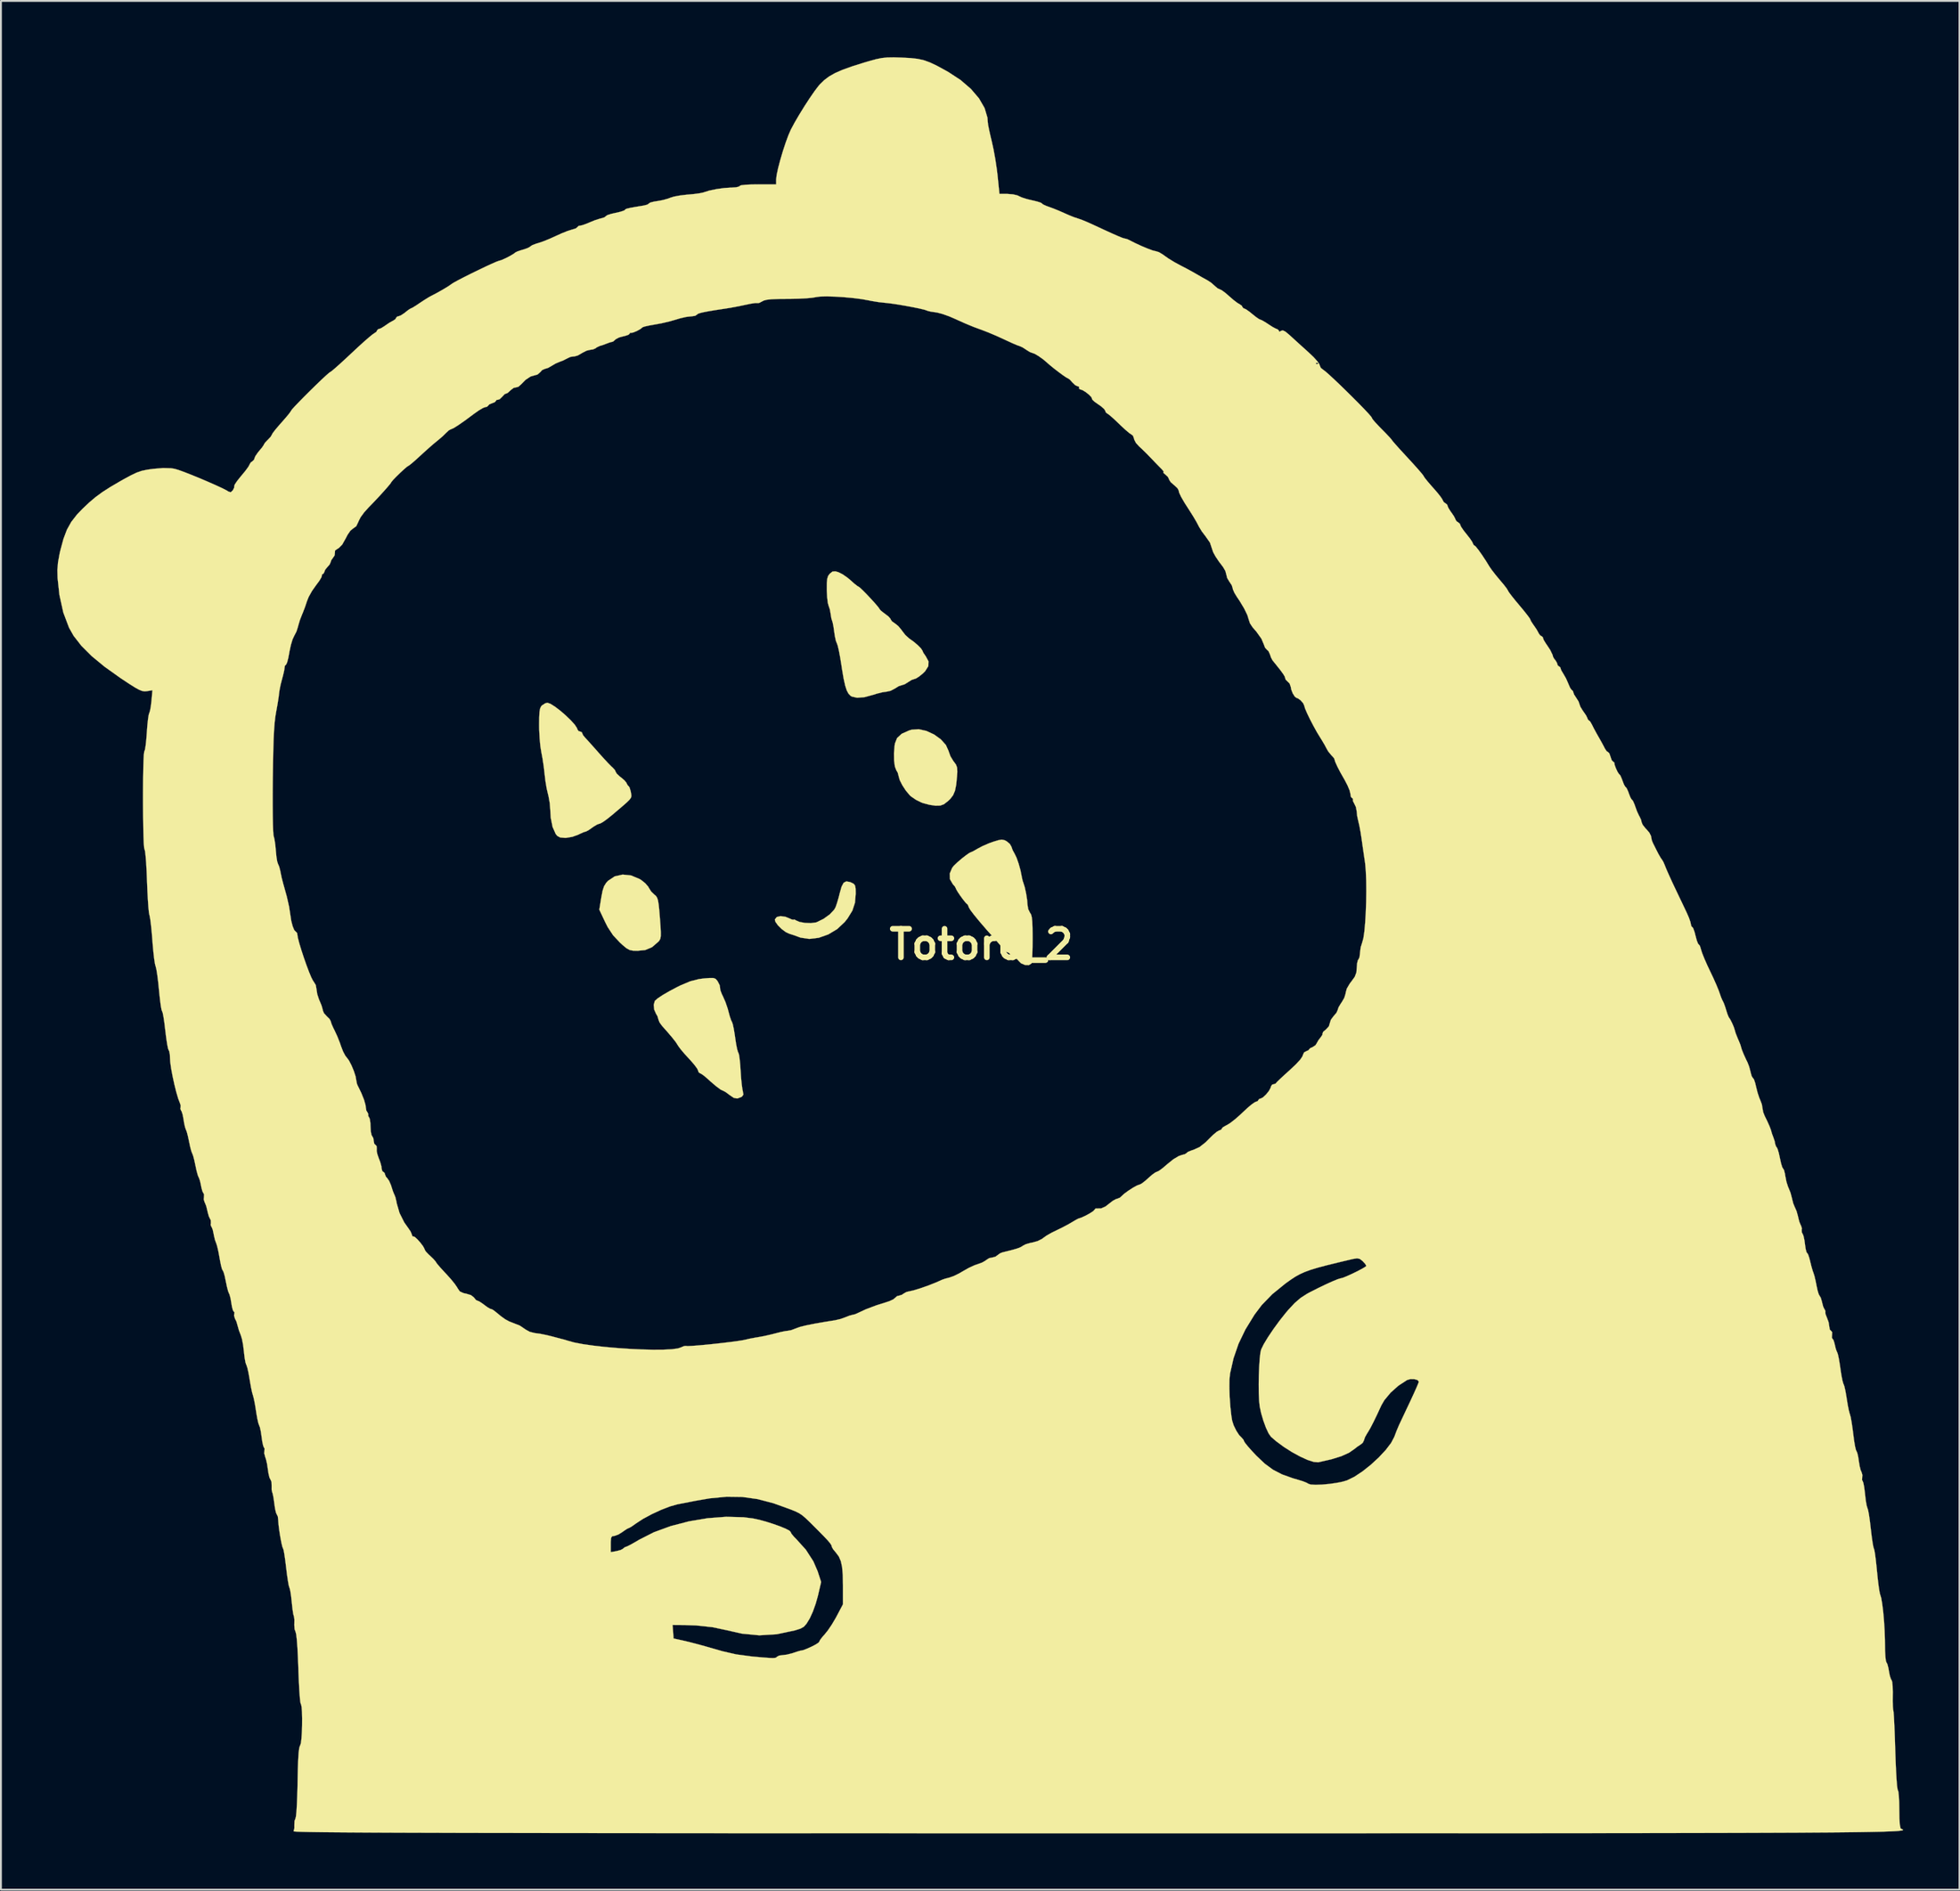
<source format=kicad_pcb>
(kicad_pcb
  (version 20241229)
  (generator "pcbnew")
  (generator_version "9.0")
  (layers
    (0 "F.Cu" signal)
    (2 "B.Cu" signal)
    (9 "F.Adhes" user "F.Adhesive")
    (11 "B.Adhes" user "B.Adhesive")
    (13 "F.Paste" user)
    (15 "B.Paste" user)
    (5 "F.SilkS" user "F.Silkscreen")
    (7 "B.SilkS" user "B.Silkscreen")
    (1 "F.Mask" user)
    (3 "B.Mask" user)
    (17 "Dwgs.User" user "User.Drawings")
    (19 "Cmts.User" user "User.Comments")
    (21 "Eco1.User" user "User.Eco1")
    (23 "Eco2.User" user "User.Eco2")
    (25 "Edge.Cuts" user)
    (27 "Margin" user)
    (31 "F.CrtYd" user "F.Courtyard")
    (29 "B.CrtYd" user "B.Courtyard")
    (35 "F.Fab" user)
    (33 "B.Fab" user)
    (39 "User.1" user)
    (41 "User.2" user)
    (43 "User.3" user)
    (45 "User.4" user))
  (footprint "Totoro_2"
    (layer "F.Cu")
    (at 49.182 47.24)
    (property "Reference" "Totoro_2" (at 0 0 0) (layer "F.SilkS") (effects (font (size 1.524 1.524) (thickness 0.3))))
    (attr through_hole)
    (fp_poly (pts (xy -18.643 -3.672) (xy -18.19 -3.483) (xy -18.103 -3.429) (xy -17.886 -3.254) (xy -17.73 -3.073) (xy -17.699 -3.014) (xy -17.576 -2.819) (xy -17.41 -2.658) (xy -17.321 -2.581) (xy -17.257 -2.485) (xy -17.211 -2.338) (xy -17.174 -2.109) (xy -17.14 -1.767) (xy -17.111 -1.41) (xy -17.078 -0.961) (xy -17.062 -0.648) (xy -17.064 -0.44) (xy -17.088 -0.306) (xy -17.135 -0.213) (xy -17.19 -0.147) (xy -17.528 0.145) (xy -17.893 0.298) (xy -18.294 0.338) (xy -18.54 0.332) (xy -18.721 0.295) (xy -18.888 0.203) (xy -19.094 0.032) (xy -19.244 -0.106) (xy -19.603 -0.491) (xy -19.889 -0.926) (xy -20.028 -1.201) (xy -20.334 -1.852) (xy -20.23 -2.494) (xy -20.161 -2.855) (xy -20.081 -3.1) (xy -19.968 -3.281) (xy -19.87 -3.387) (xy -19.514 -3.624) (xy -19.094 -3.719) (xy -18.643 -3.672)) (stroke (width 0.01) (type solid)) (fill yes) (layer "F.SilkS"))
    (fp_poly (pts (xy -2.925 -11.368) (xy -2.521 -11.181) (xy -2.162 -10.924) (xy -1.889 -10.62) (xy -1.743 -10.294) (xy -1.74 -10.279) (xy -1.647 -10.02) (xy -1.491 -9.763) (xy -1.471 -9.739) (xy -1.352 -9.577) (xy -1.293 -9.417) (xy -1.281 -9.197) (xy -1.296 -8.954) (xy -1.34 -8.505) (xy -1.405 -8.184) (xy -1.505 -7.946) (xy -1.656 -7.749) (xy -1.768 -7.642) (xy -1.991 -7.467) (xy -2.192 -7.393) (xy -2.441 -7.388) (xy -2.756 -7.434) (xy -3.098 -7.525) (xy -3.196 -7.561) (xy -3.484 -7.703) (xy -3.741 -7.879) (xy -3.81 -7.942) (xy -4.018 -8.19) (xy -4.206 -8.477) (xy -4.345 -8.75) (xy -4.402 -8.955) (xy -4.403 -8.963) (xy -4.452 -9.147) (xy -4.527 -9.276) (xy -4.603 -9.473) (xy -4.645 -9.789) (xy -4.651 -10.176) (xy -4.618 -10.585) (xy -4.601 -10.698) (xy -4.486 -10.99) (xy -4.241 -11.216) (xy -3.851 -11.391) (xy -3.707 -11.434) (xy -3.334 -11.46) (xy -2.925 -11.368)) (stroke (width 0.01) (type solid)) (fill yes) (layer "F.SilkS"))
    (fp_poly (pts (xy -6.994 -3.322) (xy -6.943 -3.302) (xy -6.801 -3.232) (xy -6.725 -3.139) (xy -6.694 -2.975) (xy -6.689 -2.696) (xy -6.729 -2.219) (xy -6.865 -1.803) (xy -7.119 -1.39) (xy -7.274 -1.194) (xy -7.674 -0.818) (xy -8.147 -0.534) (xy -8.656 -0.355) (xy -9.162 -0.294) (xy -9.625 -0.364) (xy -9.694 -0.389) (xy -9.952 -0.484) (xy -10.17 -0.554) (xy -10.21 -0.565) (xy -10.411 -0.658) (xy -10.632 -0.824) (xy -10.831 -1.022) (xy -10.963 -1.209) (xy -10.992 -1.327) (xy -10.892 -1.458) (xy -10.688 -1.508) (xy -10.427 -1.471) (xy -10.25 -1.4) (xy -10.079 -1.325) (xy -9.993 -1.314) (xy -9.991 -1.321) (xy -9.939 -1.325) (xy -9.885 -1.288) (xy -9.687 -1.2) (xy -9.395 -1.146) (xy -9.077 -1.134) (xy -8.808 -1.169) (xy -8.763 -1.184) (xy -8.399 -1.362) (xy -8.074 -1.596) (xy -7.836 -1.847) (xy -7.758 -1.984) (xy -7.679 -2.214) (xy -7.589 -2.526) (xy -7.538 -2.732) (xy -7.438 -3.082) (xy -7.329 -3.284) (xy -7.188 -3.357) (xy -6.994 -3.322)) (stroke (width 0.01) (type solid)) (fill yes) (layer "F.SilkS"))
    (fp_poly (pts (xy 1.222 -5.555) (xy 1.337 -5.498) (xy 1.511 -5.356) (xy 1.597 -5.208) (xy 1.666 -5.016) (xy 1.766 -4.835) (xy 1.872 -4.617) (xy 1.984 -4.297) (xy 2.083 -3.941) (xy 2.148 -3.614) (xy 2.15 -3.598) (xy 2.196 -3.389) (xy 2.227 -3.302) (xy 2.306 -3.054) (xy 2.38 -2.716) (xy 2.434 -2.371) (xy 2.453 -2.123) (xy 2.493 -1.878) (xy 2.587 -1.688) (xy 2.59 -1.685) (xy 2.645 -1.595) (xy 2.683 -1.449) (xy 2.708 -1.221) (xy 2.721 -0.882) (xy 2.725 -0.406) (xy 2.725 -0.307) (xy 2.722 0.137) (xy 2.712 0.522) (xy 2.697 0.816) (xy 2.678 0.986) (xy 2.67 1.011) (xy 2.529 1.1) (xy 2.322 1.094) (xy 2.115 1.005) (xy 1.997 0.889) (xy 1.858 0.737) (xy 1.731 0.677) (xy 1.592 0.609) (xy 1.555 0.55) (xy 1.45 0.438) (xy 1.392 0.423) (xy 1.254 0.358) (xy 1.211 0.304) (xy 1.124 0.187) (xy 0.956 -0.016) (xy 0.74 -0.263) (xy 0.698 -0.31) (xy 0.254 -0.811) (xy -0.115 -1.241) (xy -0.399 -1.588) (xy -0.589 -1.84) (xy -0.674 -1.985) (xy -0.677 -2.003) (xy -0.723 -2.118) (xy -0.742 -2.131) (xy -0.83 -2.214) (xy -0.97 -2.388) (xy -1.127 -2.602) (xy -1.264 -2.806) (xy -1.346 -2.95) (xy -1.355 -2.98) (xy -1.409 -3.084) (xy -1.524 -3.217) (xy -1.673 -3.475) (xy -1.682 -3.777) (xy -1.554 -4.08) (xy -1.457 -4.2) (xy -1.265 -4.382) (xy -1.037 -4.577) (xy -0.812 -4.752) (xy -0.635 -4.874) (xy -0.554 -4.911) (xy -0.458 -4.951) (xy -0.275 -5.054) (xy -0.189 -5.105) (xy 0.075 -5.243) (xy 0.409 -5.387) (xy 0.618 -5.463) (xy 0.901 -5.55) (xy 1.083 -5.58) (xy 1.222 -5.555)) (stroke (width 0.01) (type solid)) (fill yes) (layer "F.SilkS"))
    (fp_poly (pts (xy -14.265 1.789) (xy -14.151 1.83) (xy -14.066 1.921) (xy -14.024 1.984) (xy -13.929 2.172) (xy -13.908 2.31) (xy -13.908 2.312) (xy -13.891 2.442) (xy -13.81 2.654) (xy -13.754 2.767) (xy -13.621 3.069) (xy -13.5 3.424) (xy -13.461 3.571) (xy -13.388 3.841) (xy -13.316 4.048) (xy -13.279 4.118) (xy -13.234 4.241) (xy -13.18 4.488) (xy -13.126 4.815) (xy -13.105 4.965) (xy -13.054 5.304) (xy -13 5.575) (xy -12.952 5.738) (xy -12.935 5.764) (xy -12.902 5.864) (xy -12.867 6.095) (xy -12.835 6.421) (xy -12.817 6.695) (xy -12.791 7.091) (xy -12.756 7.445) (xy -12.72 7.71) (xy -12.698 7.81) (xy -12.667 7.995) (xy -12.741 8.102) (xy -12.784 8.127) (xy -12.99 8.203) (xy -13.178 8.169) (xy -13.408 8.013) (xy -13.42 8.004) (xy -13.6 7.869) (xy -13.729 7.796) (xy -13.745 7.792) (xy -13.875 7.731) (xy -14.102 7.563) (xy -14.405 7.306) (xy -14.58 7.147) (xy -14.777 6.98) (xy -14.932 6.876) (xy -14.982 6.858) (xy -15.06 6.789) (xy -15.071 6.729) (xy -15.126 6.611) (xy -15.274 6.411) (xy -15.485 6.166) (xy -15.557 6.089) (xy -15.798 5.825) (xy -16.001 5.585) (xy -16.13 5.411) (xy -16.146 5.384) (xy -16.261 5.205) (xy -16.461 4.95) (xy -16.758 4.603) (xy -16.997 4.335) (xy -17.13 4.15) (xy -17.19 3.993) (xy -17.19 3.988) (xy -17.241 3.816) (xy -17.317 3.688) (xy -17.413 3.469) (xy -17.437 3.214) (xy -17.381 3.011) (xy -17.377 3.005) (xy -17.234 2.877) (xy -16.966 2.698) (xy -16.603 2.487) (xy -16.175 2.261) (xy -16.002 2.176) (xy -15.497 1.964) (xy -15.028 1.845) (xy -14.77 1.812) (xy -14.456 1.787) (xy -14.265 1.789)) (stroke (width 0.01) (type solid)) (fill yes) (layer "F.SilkS"))
    (fp_poly (pts (xy -22.935 -12.812) (xy -22.695 -12.661) (xy -22.413 -12.446) (xy -22.122 -12.194) (xy -21.854 -11.936) (xy -21.643 -11.702) (xy -21.522 -11.519) (xy -21.505 -11.457) (xy -21.437 -11.358) (xy -21.378 -11.345) (xy -21.266 -11.3) (xy -21.251 -11.261) (xy -21.198 -11.14) (xy -21.103 -11.024) (xy -20.986 -10.897) (xy -20.789 -10.678) (xy -20.542 -10.402) (xy -20.363 -10.198) (xy -20.102 -9.907) (xy -19.868 -9.656) (xy -19.693 -9.478) (xy -19.622 -9.414) (xy -19.501 -9.283) (xy -19.471 -9.203) (xy -19.406 -9.094) (xy -19.247 -8.944) (xy -19.177 -8.89) (xy -18.996 -8.737) (xy -18.892 -8.609) (xy -18.883 -8.58) (xy -18.819 -8.464) (xy -18.794 -8.452) (xy -18.726 -8.357) (xy -18.666 -8.16) (xy -18.656 -8.107) (xy -18.635 -7.988) (xy -18.629 -7.895) (xy -18.654 -7.808) (xy -18.729 -7.705) (xy -18.871 -7.564) (xy -19.096 -7.366) (xy -19.422 -7.089) (xy -19.642 -6.902) (xy -19.907 -6.688) (xy -20.133 -6.526) (xy -20.284 -6.441) (xy -20.311 -6.435) (xy -20.451 -6.386) (xy -20.65 -6.266) (xy -20.709 -6.223) (xy -20.899 -6.09) (xy -21.036 -6.016) (xy -21.058 -6.011) (xy -21.173 -5.976) (xy -21.374 -5.886) (xy -21.463 -5.842) (xy -21.769 -5.731) (xy -22.1 -5.675) (xy -22.156 -5.673) (xy -22.414 -5.695) (xy -22.573 -5.78) (xy -22.655 -5.882) (xy -22.821 -6.256) (xy -22.919 -6.75) (xy -22.943 -7.16) (xy -22.971 -7.519) (xy -23.038 -7.897) (xy -23.066 -8.007) (xy -23.137 -8.311) (xy -23.201 -8.698) (xy -23.244 -9.059) (xy -23.291 -9.471) (xy -23.357 -9.908) (xy -23.418 -10.229) (xy -23.47 -10.55) (xy -23.51 -10.973) (xy -23.534 -11.43) (xy -23.537 -11.676) (xy -23.533 -12.094) (xy -23.518 -12.377) (xy -23.487 -12.558) (xy -23.434 -12.672) (xy -23.383 -12.729) (xy -23.212 -12.839) (xy -23.099 -12.869) (xy -22.935 -12.812)) (stroke (width 0.01) (type solid)) (fill yes) (layer "F.SilkS"))
    (fp_poly (pts (xy -7.608 -19.821) (xy -7.384 -19.708) (xy -7.118 -19.522) (xy -6.96 -19.388) (xy -6.755 -19.206) (xy -6.599 -19.084) (xy -6.537 -19.05) (xy -6.457 -18.992) (xy -6.297 -18.84) (xy -6.09 -18.629) (xy -5.867 -18.392) (xy -5.66 -18.163) (xy -5.501 -17.977) (xy -5.422 -17.867) (xy -5.419 -17.856) (xy -5.355 -17.779) (xy -5.196 -17.652) (xy -5.123 -17.6) (xy -4.939 -17.456) (xy -4.835 -17.335) (xy -4.827 -17.307) (xy -4.759 -17.205) (xy -4.611 -17.101) (xy -4.423 -16.951) (xy -4.242 -16.734) (xy -4.221 -16.701) (xy -4.044 -16.473) (xy -3.844 -16.292) (xy -3.822 -16.277) (xy -3.602 -16.12) (xy -3.386 -15.936) (xy -3.216 -15.764) (xy -3.137 -15.644) (xy -3.135 -15.634) (xy -3.085 -15.524) (xy -2.969 -15.355) (xy -2.963 -15.348) (xy -2.816 -15.076) (xy -2.825 -14.817) (xy -2.993 -14.55) (xy -3.111 -14.432) (xy -3.319 -14.263) (xy -3.493 -14.156) (xy -3.556 -14.138) (xy -3.709 -14.087) (xy -3.895 -13.97) (xy -4.086 -13.851) (xy -4.243 -13.803) (xy -4.403 -13.751) (xy -4.595 -13.631) (xy -4.827 -13.508) (xy -5.051 -13.459) (xy -5.266 -13.429) (xy -5.559 -13.356) (xy -5.757 -13.293) (xy -6.221 -13.167) (xy -6.611 -13.136) (xy -6.899 -13.201) (xy -6.961 -13.239) (xy -7.072 -13.354) (xy -7.166 -13.53) (xy -7.25 -13.791) (xy -7.332 -14.163) (xy -7.418 -14.67) (xy -7.45 -14.884) (xy -7.516 -15.292) (xy -7.583 -15.642) (xy -7.642 -15.898) (xy -7.686 -16.025) (xy -7.687 -16.027) (xy -7.741 -16.162) (xy -7.795 -16.406) (xy -7.83 -16.637) (xy -7.87 -16.921) (xy -7.913 -17.139) (xy -7.941 -17.227) (xy -7.983 -17.361) (xy -8.019 -17.579) (xy -8.021 -17.599) (xy -8.066 -17.847) (xy -8.132 -18.042) (xy -8.134 -18.045) (xy -8.174 -18.2) (xy -8.206 -18.472) (xy -8.224 -18.808) (xy -8.226 -18.887) (xy -8.224 -19.245) (xy -8.202 -19.478) (xy -8.152 -19.63) (xy -8.066 -19.743) (xy -8.064 -19.745) (xy -7.923 -19.855) (xy -7.772 -19.867) (xy -7.608 -19.821)) (stroke (width 0.01) (type solid)) (fill yes) (layer "F.SilkS"))
    (fp_poly (pts (xy -4.233 -47.222) (xy -3.77 -47.198) (xy -3.395 -47.156) (xy -3.065 -47.083) (xy -2.737 -46.965) (xy -2.365 -46.788) (xy -1.907 -46.539) (xy -1.754 -46.452) (xy -1.104 -46.027) (xy -0.557 -45.555) (xy -0.128 -45.052) (xy 0.17 -44.537) (xy 0.322 -44.028) (xy 0.339 -43.802) (xy 0.359 -43.639) (xy 0.414 -43.358) (xy 0.493 -43.006) (xy 0.547 -42.787) (xy 0.645 -42.342) (xy 0.742 -41.809) (xy 0.823 -41.268) (xy 0.859 -40.965) (xy 0.962 -39.963) (xy 1.393 -39.963) (xy 1.679 -39.941) (xy 1.916 -39.886) (xy 1.992 -39.849) (xy 2.162 -39.772) (xy 2.434 -39.687) (xy 2.688 -39.626) (xy 2.96 -39.561) (xy 3.151 -39.501) (xy 3.217 -39.46) (xy 3.289 -39.4) (xy 3.469 -39.32) (xy 3.535 -39.296) (xy 3.829 -39.189) (xy 4.112 -39.074) (xy 4.128 -39.068) (xy 4.413 -38.942) (xy 4.678 -38.825) (xy 4.933 -38.723) (xy 5.163 -38.647) (xy 5.165 -38.647) (xy 5.352 -38.581) (xy 5.627 -38.468) (xy 5.884 -38.353) (xy 6.48 -38.076) (xy 6.936 -37.867) (xy 7.266 -37.722) (xy 7.484 -37.632) (xy 7.602 -37.594) (xy 7.621 -37.592) (xy 7.763 -37.555) (xy 7.854 -37.513) (xy 8.178 -37.349) (xy 8.525 -37.189) (xy 8.852 -37.052) (xy 9.116 -36.954) (xy 9.275 -36.915) (xy 9.28 -36.915) (xy 9.445 -36.864) (xy 9.661 -36.736) (xy 9.739 -36.678) (xy 9.97 -36.516) (xy 10.283 -36.326) (xy 10.583 -36.163) (xy 10.918 -35.989) (xy 11.245 -35.811) (xy 11.472 -35.681) (xy 11.73 -35.531) (xy 11.965 -35.401) (xy 12.023 -35.371) (xy 12.243 -35.225) (xy 12.413 -35.073) (xy 12.57 -34.938) (xy 12.692 -34.883) (xy 12.802 -34.829) (xy 12.991 -34.689) (xy 13.19 -34.515) (xy 13.423 -34.314) (xy 13.625 -34.16) (xy 13.737 -34.095) (xy 13.862 -34.009) (xy 13.885 -33.954) (xy 13.951 -33.871) (xy 13.978 -33.867) (xy 14.09 -33.815) (xy 14.277 -33.683) (xy 14.416 -33.57) (xy 14.623 -33.404) (xy 14.782 -33.297) (xy 14.838 -33.274) (xy 14.945 -33.229) (xy 15.139 -33.115) (xy 15.282 -33.02) (xy 15.507 -32.876) (xy 15.682 -32.784) (xy 15.742 -32.766) (xy 15.828 -32.7) (xy 15.833 -32.671) (xy 15.866 -32.619) (xy 15.946 -32.67) (xy 16.043 -32.698) (xy 16.183 -32.63) (xy 16.398 -32.451) (xy 16.433 -32.419) (xy 16.672 -32.2) (xy 16.981 -31.919) (xy 17.307 -31.625) (xy 17.411 -31.531) (xy 17.678 -31.277) (xy 17.88 -31.054) (xy 17.991 -30.893) (xy 18.004 -30.845) (xy 18.063 -30.704) (xy 18.196 -30.597) (xy 18.311 -30.511) (xy 18.514 -30.333) (xy 18.783 -30.084) (xy 19.097 -29.785) (xy 19.435 -29.456) (xy 19.776 -29.118) (xy 20.099 -28.794) (xy 20.382 -28.502) (xy 20.604 -28.265) (xy 20.745 -28.103) (xy 20.784 -28.037) (xy 20.823 -27.965) (xy 20.959 -27.804) (xy 21.167 -27.581) (xy 21.295 -27.451) (xy 21.536 -27.206) (xy 21.723 -27.008) (xy 21.829 -26.886) (xy 21.844 -26.862) (xy 21.899 -26.79) (xy 22.049 -26.616) (xy 22.274 -26.365) (xy 22.555 -26.059) (xy 22.691 -25.912) (xy 22.989 -25.587) (xy 23.242 -25.304) (xy 23.428 -25.088) (xy 23.527 -24.961) (xy 23.537 -24.939) (xy 23.591 -24.853) (xy 23.733 -24.674) (xy 23.938 -24.434) (xy 24.045 -24.314) (xy 24.272 -24.053) (xy 24.446 -23.832) (xy 24.542 -23.686) (xy 24.553 -23.653) (xy 24.621 -23.541) (xy 24.68 -23.507) (xy 24.793 -23.414) (xy 24.807 -23.365) (xy 24.855 -23.244) (xy 24.974 -23.055) (xy 25.019 -22.995) (xy 25.152 -22.8) (xy 25.226 -22.654) (xy 25.231 -22.628) (xy 25.298 -22.524) (xy 25.358 -22.491) (xy 25.47 -22.396) (xy 25.485 -22.345) (xy 25.536 -22.233) (xy 25.668 -22.04) (xy 25.823 -21.844) (xy 26.001 -21.617) (xy 26.124 -21.434) (xy 26.162 -21.345) (xy 26.211 -21.256) (xy 26.232 -21.251) (xy 26.314 -21.184) (xy 26.46 -21.001) (xy 26.65 -20.732) (xy 26.863 -20.409) (xy 27.035 -20.128) (xy 27.169 -19.934) (xy 27.373 -19.671) (xy 27.603 -19.395) (xy 27.607 -19.39) (xy 27.808 -19.151) (xy 27.956 -18.958) (xy 28.023 -18.849) (xy 28.025 -18.842) (xy 28.076 -18.754) (xy 28.216 -18.567) (xy 28.422 -18.31) (xy 28.617 -18.076) (xy 28.859 -17.786) (xy 29.053 -17.542) (xy 29.177 -17.373) (xy 29.21 -17.312) (xy 29.257 -17.207) (xy 29.372 -17.031) (xy 29.407 -16.984) (xy 29.551 -16.772) (xy 29.65 -16.594) (xy 29.658 -16.573) (xy 29.745 -16.449) (xy 29.8 -16.425) (xy 29.883 -16.359) (xy 29.887 -16.327) (xy 29.935 -16.201) (xy 30.052 -16.012) (xy 30.084 -15.968) (xy 30.274 -15.68) (xy 30.399 -15.422) (xy 30.43 -15.308) (xy 30.49 -15.203) (xy 30.544 -15.143) (xy 30.636 -14.992) (xy 30.649 -14.927) (xy 30.701 -14.825) (xy 30.734 -14.817) (xy 30.815 -14.751) (xy 30.819 -14.724) (xy 30.864 -14.595) (xy 30.973 -14.412) (xy 30.977 -14.406) (xy 31.114 -14.169) (xy 31.237 -13.892) (xy 31.248 -13.864) (xy 31.334 -13.664) (xy 31.412 -13.554) (xy 31.428 -13.547) (xy 31.493 -13.479) (xy 31.498 -13.441) (xy 31.548 -13.304) (xy 31.665 -13.123) (xy 31.783 -12.938) (xy 31.833 -12.793) (xy 31.882 -12.654) (xy 32.004 -12.455) (xy 32.046 -12.396) (xy 32.18 -12.201) (xy 32.253 -12.054) (xy 32.258 -12.028) (xy 32.306 -11.941) (xy 32.324 -11.938) (xy 32.402 -11.869) (xy 32.496 -11.705) (xy 32.599 -11.499) (xy 32.748 -11.224) (xy 32.848 -11.049) (xy 33.001 -10.779) (xy 33.129 -10.541) (xy 33.182 -10.435) (xy 33.278 -10.29) (xy 33.35 -10.245) (xy 33.422 -10.172) (xy 33.485 -9.996) (xy 33.486 -9.991) (xy 33.547 -9.813) (xy 33.618 -9.737) (xy 33.619 -9.737) (xy 33.687 -9.686) (xy 33.686 -9.673) (xy 33.708 -9.552) (xy 33.776 -9.367) (xy 33.863 -9.185) (xy 33.937 -9.071) (xy 33.956 -9.059) (xy 34.013 -8.987) (xy 34.091 -8.806) (xy 34.121 -8.721) (xy 34.202 -8.512) (xy 34.272 -8.393) (xy 34.29 -8.382) (xy 34.349 -8.31) (xy 34.43 -8.128) (xy 34.459 -8.043) (xy 34.54 -7.835) (xy 34.611 -7.715) (xy 34.629 -7.705) (xy 34.686 -7.632) (xy 34.765 -7.448) (xy 34.801 -7.345) (xy 34.897 -7.081) (xy 34.999 -6.863) (xy 35.026 -6.818) (xy 35.115 -6.629) (xy 35.137 -6.516) (xy 35.194 -6.376) (xy 35.337 -6.192) (xy 35.391 -6.138) (xy 35.552 -5.949) (xy 35.639 -5.777) (xy 35.645 -5.74) (xy 35.683 -5.544) (xy 35.743 -5.396) (xy 35.85 -5.184) (xy 35.912 -5.059) (xy 36.039 -4.811) (xy 36.16 -4.602) (xy 36.241 -4.488) (xy 36.242 -4.487) (xy 36.3 -4.387) (xy 36.383 -4.193) (xy 36.4 -4.149) (xy 36.482 -3.949) (xy 36.618 -3.643) (xy 36.785 -3.279) (xy 36.914 -3.006) (xy 37.107 -2.601) (xy 37.3 -2.197) (xy 37.464 -1.852) (xy 37.54 -1.692) (xy 37.659 -1.418) (xy 37.739 -1.189) (xy 37.761 -1.078) (xy 37.795 -0.953) (xy 37.833 -0.931) (xy 37.888 -0.856) (xy 37.958 -0.661) (xy 38.008 -0.466) (xy 38.076 -0.213) (xy 38.142 -0.043) (xy 38.18 0) (xy 38.241 0.073) (xy 38.298 0.253) (xy 38.303 0.275) (xy 38.363 0.464) (xy 38.481 0.759) (xy 38.638 1.116) (xy 38.771 1.397) (xy 38.953 1.78) (xy 39.115 2.144) (xy 39.237 2.44) (xy 39.288 2.582) (xy 39.369 2.815) (xy 39.441 2.98) (xy 39.457 3.006) (xy 39.518 3.133) (xy 39.598 3.358) (xy 39.632 3.471) (xy 39.707 3.706) (xy 39.771 3.864) (xy 39.791 3.895) (xy 39.862 4.002) (xy 39.958 4.194) (xy 40.045 4.396) (xy 40.088 4.53) (xy 40.144 4.724) (xy 40.269 5.036) (xy 40.326 5.165) (xy 40.401 5.352) (xy 40.432 5.461) (xy 40.477 5.612) (xy 40.576 5.856) (xy 40.703 6.134) (xy 40.769 6.265) (xy 40.86 6.496) (xy 40.934 6.773) (xy 40.938 6.795) (xy 40.992 6.998) (xy 41.053 7.106) (xy 41.067 7.112) (xy 41.12 7.188) (xy 41.186 7.383) (xy 41.233 7.581) (xy 41.31 7.89) (xy 41.401 8.165) (xy 41.45 8.279) (xy 41.539 8.515) (xy 41.571 8.708) (xy 41.611 8.932) (xy 41.689 9.131) (xy 41.831 9.419) (xy 41.952 9.692) (xy 42.028 9.894) (xy 42.041 9.948) (xy 42.08 10.082) (xy 42.151 10.271) (xy 42.222 10.481) (xy 42.249 10.626) (xy 42.296 10.764) (xy 42.324 10.789) (xy 42.376 10.89) (xy 42.442 11.11) (xy 42.502 11.387) (xy 42.564 11.666) (xy 42.625 11.864) (xy 42.671 11.938) (xy 42.718 12.014) (xy 42.767 12.206) (xy 42.789 12.34) (xy 42.848 12.639) (xy 42.934 12.908) (xy 42.966 12.979) (xy 43.067 13.231) (xy 43.142 13.517) (xy 43.144 13.529) (xy 43.209 13.787) (xy 43.295 13.997) (xy 43.304 14.012) (xy 43.388 14.207) (xy 43.461 14.469) (xy 43.471 14.52) (xy 43.532 14.763) (xy 43.604 14.939) (xy 43.62 14.964) (xy 43.673 15.123) (xy 43.662 15.186) (xy 43.669 15.341) (xy 43.699 15.387) (xy 43.753 15.512) (xy 43.805 15.747) (xy 43.832 15.948) (xy 43.869 16.206) (xy 43.913 16.38) (xy 43.945 16.425) (xy 43.998 16.5) (xy 44.064 16.694) (xy 44.109 16.87) (xy 44.18 17.157) (xy 44.251 17.397) (xy 44.284 17.484) (xy 44.339 17.658) (xy 44.403 17.931) (xy 44.447 18.156) (xy 44.506 18.431) (xy 44.568 18.633) (xy 44.612 18.707) (xy 44.676 18.814) (xy 44.737 19.02) (xy 44.748 19.072) (xy 44.805 19.29) (xy 44.871 19.426) (xy 44.884 19.438) (xy 44.926 19.534) (xy 44.917 19.555) (xy 44.923 19.671) (xy 44.995 19.857) (xy 45 19.867) (xy 45.093 20.118) (xy 45.127 20.341) (xy 45.157 20.51) (xy 45.222 20.574) (xy 45.281 20.645) (xy 45.276 20.786) (xy 45.267 20.943) (xy 45.299 20.997) (xy 45.354 21.072) (xy 45.41 21.256) (xy 45.422 21.315) (xy 45.478 21.544) (xy 45.538 21.702) (xy 45.549 21.717) (xy 45.589 21.834) (xy 45.641 22.077) (xy 45.694 22.401) (xy 45.716 22.562) (xy 45.768 22.909) (xy 45.822 23.194) (xy 45.87 23.374) (xy 45.887 23.409) (xy 45.931 23.529) (xy 45.986 23.77) (xy 46.041 24.086) (xy 46.054 24.172) (xy 46.109 24.514) (xy 46.167 24.807) (xy 46.218 24.998) (xy 46.226 25.019) (xy 46.268 25.172) (xy 46.318 25.449) (xy 46.37 25.805) (xy 46.402 26.057) (xy 46.449 26.422) (xy 46.499 26.721) (xy 46.545 26.915) (xy 46.57 26.969) (xy 46.617 27.07) (xy 46.667 27.287) (xy 46.698 27.497) (xy 46.744 27.781) (xy 46.801 28.002) (xy 46.841 28.088) (xy 46.891 28.251) (xy 46.881 28.363) (xy 46.873 28.518) (xy 46.903 28.574) (xy 46.942 28.672) (xy 46.985 28.895) (xy 47.024 29.199) (xy 47.031 29.272) (xy 47.068 29.596) (xy 47.112 29.855) (xy 47.153 30.003) (xy 47.16 30.014) (xy 47.195 30.128) (xy 47.241 30.373) (xy 47.29 30.715) (xy 47.337 31.115) (xy 47.384 31.511) (xy 47.431 31.843) (xy 47.472 32.075) (xy 47.503 32.173) (xy 47.503 32.173) (xy 47.531 32.269) (xy 47.569 32.501) (xy 47.611 32.837) (xy 47.654 33.244) (xy 47.664 33.352) (xy 47.708 33.783) (xy 47.754 34.159) (xy 47.797 34.446) (xy 47.832 34.608) (xy 47.838 34.622) (xy 47.893 34.806) (xy 47.947 35.125) (xy 47.998 35.541) (xy 48.04 36.02) (xy 48.072 36.526) (xy 48.089 37.023) (xy 48.091 37.237) (xy 48.097 37.618) (xy 48.115 37.934) (xy 48.141 38.148) (xy 48.167 38.222) (xy 48.222 38.327) (xy 48.277 38.542) (xy 48.302 38.693) (xy 48.351 38.946) (xy 48.41 39.122) (xy 48.442 39.166) (xy 48.477 39.268) (xy 48.5 39.498) (xy 48.509 39.813) (xy 48.507 39.96) (xy 48.505 40.303) (xy 48.512 40.58) (xy 48.527 40.75) (xy 48.535 40.778) (xy 48.55 40.88) (xy 48.568 41.127) (xy 48.587 41.495) (xy 48.607 41.961) (xy 48.626 42.5) (xy 48.639 42.926) (xy 48.659 43.5) (xy 48.682 44.016) (xy 48.707 44.45) (xy 48.733 44.778) (xy 48.759 44.977) (xy 48.776 45.029) (xy 48.806 45.119) (xy 48.83 45.345) (xy 48.847 45.672) (xy 48.853 46.059) (xy 48.86 46.546) (xy 48.882 46.874) (xy 48.919 47.053) (xy 48.952 47.094) (xy 49.001 47.111) (xy 49.036 47.128) (xy 49.054 47.144) (xy 49.049 47.159) (xy 49.019 47.173) (xy 48.958 47.186) (xy 48.862 47.198) (xy 48.728 47.21) (xy 48.551 47.221) (xy 48.327 47.231) (xy 48.051 47.241) (xy 47.719 47.25) (xy 47.328 47.258) (xy 46.872 47.266) (xy 46.348 47.273) (xy 45.751 47.28) (xy 45.078 47.286) (xy 44.323 47.291) (xy 43.483 47.297) (xy 42.554 47.301) (xy 41.53 47.305) (xy 40.409 47.309) (xy 39.186 47.312) (xy 37.856 47.315) (xy 36.415 47.318) (xy 34.86 47.32) (xy 33.185 47.322) (xy 31.387 47.323) (xy 29.461 47.325) (xy 27.404 47.326) (xy 25.21 47.327) (xy 22.877 47.327) (xy 20.398 47.328) (xy 17.771 47.328) (xy 14.991 47.328) (xy 12.054 47.329) (xy 8.955 47.329) (xy 6.128 47.329) (xy 2.807 47.329) (xy -0.349 47.328) (xy -3.343 47.328) (xy -6.179 47.327) (xy -8.86 47.327) (xy -11.391 47.326) (xy -13.774 47.325) (xy -16.015 47.323) (xy -18.116 47.322) (xy -20.081 47.32) (xy -21.914 47.318) (xy -23.618 47.316) (xy -25.198 47.313) (xy -26.658 47.311) (xy -28 47.308) (xy -29.228 47.304) (xy -30.347 47.301) (xy -31.36 47.297) (xy -32.271 47.293) (xy -33.083 47.288) (xy -33.8 47.283) (xy -34.427 47.278) (xy -34.966 47.273) (xy -35.421 47.267) (xy -35.796 47.261) (xy -36.096 47.254) (xy -36.322 47.247) (xy -36.48 47.24) (xy -36.574 47.232) (xy -36.605 47.224) (xy -36.605 47.223) (xy -36.565 47.064) (xy -36.565 46.88) (xy -36.555 46.67) (xy -36.506 46.541) (xy -36.478 46.427) (xy -36.452 46.168) (xy -36.429 45.786) (xy -36.41 45.305) (xy -36.395 44.749) (xy -36.393 44.602) (xy -36.379 43.93) (xy -36.361 43.414) (xy -36.337 43.041) (xy -36.307 42.799) (xy -36.27 42.674) (xy -36.258 42.659) (xy -36.219 42.54) (xy -36.187 42.296) (xy -36.165 41.967) (xy -36.152 41.594) (xy -36.15 41.216) (xy -36.158 40.873) (xy -36.178 40.606) (xy -36.21 40.455) (xy -36.224 40.437) (xy -36.247 40.343) (xy -36.273 40.105) (xy -36.299 39.748) (xy -36.323 39.296) (xy -36.345 38.776) (xy -36.352 38.555) (xy -36.375 37.95) (xy -36.402 37.433) (xy -36.433 37.025) (xy -36.465 36.744) (xy -36.497 36.612) (xy -36.499 36.609) (xy -36.553 36.458) (xy -36.569 36.224) (xy -36.566 36.176) (xy -36.563 35.945) (xy -36.585 35.786) (xy -36.593 35.769) (xy -36.624 35.651) (xy -36.661 35.41) (xy -36.696 35.094) (xy -36.704 35.01) (xy -36.741 34.681) (xy -36.782 34.417) (xy -36.821 34.263) (xy -36.829 34.248) (xy -36.863 34.134) (xy -36.907 33.889) (xy -36.957 33.549) (xy -37.001 33.189) (xy -37.048 32.802) (xy -37.095 32.48) (xy -37.135 32.258) (xy -37.163 32.173) (xy -37.204 32.072) (xy -37.238 31.929) (xy -19.727 31.929) (xy -19.727 32.362) (xy -19.41 32.303) (xy -19.198 32.246) (xy -19.074 32.18) (xy -19.064 32.166) (xy -18.967 32.091) (xy -18.946 32.089) (xy -18.838 32.047) (xy -18.624 31.937) (xy -18.343 31.777) (xy -18.213 31.699) (xy -17.433 31.302) (xy -16.537 30.974) (xy -15.569 30.722) (xy -14.571 30.554) (xy -13.586 30.478) (xy -12.657 30.502) (xy -12.144 30.568) (xy -11.819 30.638) (xy -11.45 30.74) (xy -11.071 30.861) (xy -10.717 30.987) (xy -10.424 31.108) (xy -10.227 31.209) (xy -10.16 31.276) (xy -10.103 31.387) (xy -9.957 31.56) (xy -9.855 31.662) (xy -9.342 32.23) (xy -8.942 32.851) (xy -8.715 33.378) (xy -8.529 33.948) (xy -8.702 34.691) (xy -8.819 35.106) (xy -8.968 35.523) (xy -9.123 35.864) (xy -9.148 35.91) (xy -9.309 36.173) (xy -9.45 36.332) (xy -9.63 36.433) (xy -9.907 36.521) (xy -9.939 36.529) (xy -10.897 36.732) (xy -11.82 36.788) (xy -12.752 36.698) (xy -13.542 36.518) (xy -14.311 36.355) (xy -15.185 36.262) (xy -15.774 36.242) (xy -16.435 36.237) (xy -16.383 36.957) (xy -15.875 37.069) (xy -15.543 37.148) (xy -15.13 37.255) (xy -14.715 37.369) (xy -14.647 37.388) (xy -14.301 37.487) (xy -14.002 37.573) (xy -13.799 37.631) (xy -13.758 37.642) (xy -13.042 37.806) (xy -12.205 37.917) (xy -12.107 37.926) (xy -11.641 37.967) (xy -11.316 37.991) (xy -11.104 37.999) (xy -10.979 37.991) (xy -10.912 37.967) (xy -10.88 37.931) (xy -10.765 37.869) (xy -10.589 37.846) (xy -10.355 37.817) (xy -10.071 37.746) (xy -10 37.722) (xy -9.777 37.648) (xy -9.63 37.607) (xy -9.605 37.604) (xy -9.477 37.577) (xy -9.267 37.496) (xy -9.027 37.387) (xy -8.81 37.273) (xy -8.666 37.179) (xy -8.636 37.141) (xy -8.581 37.031) (xy -8.443 36.853) (xy -8.348 36.749) (xy -8.171 36.529) (xy -7.96 36.217) (xy -7.755 35.87) (xy -7.713 35.793) (xy -7.366 35.136) (xy -7.366 34.133) (xy -7.376 33.577) (xy -7.411 33.157) (xy -7.479 32.84) (xy -7.586 32.593) (xy -7.74 32.385) (xy -7.758 32.365) (xy -7.893 32.199) (xy -7.958 32.081) (xy -7.959 32.073) (xy -7.978 31.997) (xy -8.048 31.887) (xy -8.186 31.724) (xy -8.409 31.488) (xy -8.734 31.159) (xy -8.812 31.08) (xy -9.128 30.765) (xy -9.358 30.546) (xy -9.535 30.395) (xy -9.695 30.289) (xy -9.87 30.201) (xy -10.095 30.108) (xy -10.16 30.082) (xy -11.073 29.753) (xy -11.914 29.534) (xy -12.728 29.42) (xy -13.559 29.408) (xy -14.453 29.494) (xy -15.24 29.63) (xy -15.536 29.688) (xy -15.904 29.76) (xy -16.171 29.811) (xy -16.566 29.922) (xy -17.041 30.105) (xy -17.54 30.336) (xy -18.007 30.587) (xy -18.386 30.833) (xy -18.408 30.85) (xy -18.6 30.986) (xy -18.736 31.065) (xy -18.761 31.073) (xy -18.861 31.12) (xy -19.037 31.237) (xy -19.1 31.284) (xy -19.319 31.42) (xy -19.516 31.492) (xy -19.552 31.496) (xy -19.656 31.516) (xy -19.709 31.605) (xy -19.726 31.803) (xy -19.727 31.929) (xy -37.238 31.929) (xy -37.256 31.849) (xy -37.312 31.552) (xy -37.364 31.229) (xy -37.403 30.925) (xy -37.422 30.688) (xy -37.423 30.653) (xy -37.445 30.46) (xy -37.496 30.36) (xy -37.543 30.258) (xy -37.593 30.038) (xy -37.629 29.786) (xy -37.669 29.495) (xy -37.711 29.27) (xy -37.743 29.172) (xy -37.774 29.032) (xy -37.773 28.818) (xy -37.773 28.818) (xy -37.781 28.616) (xy -37.832 28.499) (xy -37.834 28.498) (xy -37.889 28.391) (xy -37.942 28.169) (xy -37.973 27.96) (xy -38.018 27.657) (xy -38.078 27.399) (xy -38.117 27.29) (xy -38.169 27.094) (xy -38.157 26.975) (xy -38.149 26.84) (xy -38.177 26.802) (xy -38.222 26.701) (xy -38.271 26.482) (xy -38.307 26.228) (xy -38.349 25.937) (xy -38.398 25.712) (xy -38.437 25.613) (xy -38.481 25.493) (xy -38.536 25.252) (xy -38.591 24.936) (xy -38.603 24.85) (xy -38.658 24.508) (xy -38.715 24.215) (xy -38.763 24.024) (xy -38.771 24.003) (xy -38.817 23.841) (xy -38.868 23.602) (xy 13.198 23.602) (xy 13.214 24.098) (xy 13.25 24.609) (xy 13.303 25.085) (xy 13.347 25.358) (xy 13.429 25.612) (xy 13.566 25.892) (xy 13.723 26.134) (xy 13.86 26.272) (xy 13.959 26.388) (xy 13.97 26.435) (xy 14.026 26.532) (xy 14.176 26.72) (xy 14.398 26.971) (xy 14.626 27.214) (xy 15.076 27.643) (xy 15.517 27.968) (xy 16.002 28.22) (xy 16.584 28.428) (xy 16.849 28.504) (xy 17.119 28.588) (xy 17.325 28.672) (xy 17.399 28.718) (xy 17.533 28.761) (xy 17.792 28.775) (xy 18.134 28.763) (xy 18.518 28.728) (xy 18.901 28.673) (xy 19.244 28.604) (xy 19.46 28.539) (xy 19.849 28.349) (xy 20.282 28.063) (xy 20.727 27.709) (xy 21.151 27.318) (xy 21.523 26.919) (xy 21.81 26.541) (xy 21.981 26.215) (xy 21.981 26.214) (xy 22.096 25.909) (xy 22.222 25.611) (xy 22.241 25.569) (xy 22.332 25.376) (xy 22.475 25.073) (xy 22.65 24.7) (xy 22.832 24.316) (xy 23.004 23.944) (xy 23.146 23.627) (xy 23.244 23.396) (xy 23.283 23.283) (xy 23.283 23.28) (xy 23.211 23.194) (xy 23.037 23.146) (xy 22.827 23.145) (xy 22.658 23.194) (xy 22.201 23.492) (xy 21.783 23.864) (xy 21.45 24.264) (xy 21.292 24.535) (xy 21.049 25.059) (xy 20.857 25.453) (xy 20.705 25.747) (xy 20.577 25.966) (xy 20.533 26.033) (xy 20.419 26.235) (xy 20.365 26.393) (xy 20.364 26.405) (xy 20.296 26.538) (xy 20.198 26.618) (xy 19.999 26.752) (xy 19.868 26.857) (xy 19.567 27.066) (xy 19.162 27.249) (xy 18.632 27.414) (xy 17.955 27.569) (xy 17.929 27.574) (xy 17.696 27.557) (xy 17.364 27.45) (xy 16.966 27.269) (xy 16.534 27.033) (xy 16.1 26.757) (xy 15.697 26.46) (xy 15.409 26.211) (xy 15.284 26.029) (xy 15.144 25.727) (xy 15.007 25.353) (xy 14.89 24.954) (xy 14.814 24.596) (xy 14.783 24.295) (xy 14.766 23.893) (xy 14.761 23.429) (xy 14.769 22.943) (xy 14.787 22.473) (xy 14.815 22.059) (xy 14.852 21.74) (xy 14.892 21.566) (xy 15.032 21.282) (xy 15.258 20.908) (xy 15.545 20.482) (xy 15.866 20.042) (xy 16.197 19.624) (xy 16.324 19.473) (xy 16.673 19.098) (xy 16.994 18.821) (xy 17.345 18.596) (xy 17.475 18.526) (xy 17.913 18.304) (xy 18.326 18.105) (xy 18.684 17.942) (xy 18.957 17.83) (xy 19.115 17.781) (xy 19.127 17.78) (xy 19.254 17.746) (xy 19.474 17.656) (xy 19.745 17.532) (xy 20.025 17.395) (xy 20.271 17.265) (xy 20.439 17.164) (xy 20.489 17.116) (xy 20.433 17.016) (xy 20.298 16.868) (xy 20.29 16.86) (xy 20.146 16.747) (xy 20 16.713) (xy 19.781 16.747) (xy 19.719 16.761) (xy 18.983 16.936) (xy 18.388 17.082) (xy 17.911 17.209) (xy 17.529 17.324) (xy 17.217 17.438) (xy 16.953 17.557) (xy 16.711 17.691) (xy 16.47 17.849) (xy 16.204 18.039) (xy 16.175 18.061) (xy 15.483 18.623) (xy 14.924 19.199) (xy 14.535 19.715) (xy 14.051 20.505) (xy 13.687 21.261) (xy 13.42 22.037) (xy 13.233 22.86) (xy 13.203 23.173) (xy 13.198 23.602) (xy -38.868 23.602) (xy -38.875 23.565) (xy -38.934 23.229) (xy -38.945 23.156) (xy -39.002 22.828) (xy -39.061 22.562) (xy -39.112 22.405) (xy -39.122 22.388) (xy -39.165 22.264) (xy -39.21 22.02) (xy -39.247 21.707) (xy -39.251 21.668) (xy -39.293 21.324) (xy -39.351 21.017) (xy -39.413 20.812) (xy -39.415 20.808) (xy -39.515 20.549) (xy -39.585 20.3) (xy -39.65 20.076) (xy -39.727 19.921) (xy -39.728 19.919) (xy -39.776 19.754) (xy -39.763 19.686) (xy -39.756 19.576) (xy -39.785 19.558) (xy -39.835 19.482) (xy -39.887 19.287) (xy -39.915 19.116) (xy -39.96 18.848) (xy -40.013 18.648) (xy -40.042 18.586) (xy -40.091 18.464) (xy -40.153 18.226) (xy -40.215 17.928) (xy -40.275 17.644) (xy -40.334 17.439) (xy -40.378 17.357) (xy -40.379 17.357) (xy -40.419 17.28) (xy -40.472 17.075) (xy -40.53 16.783) (xy -40.544 16.701) (xy -40.605 16.368) (xy -40.668 16.089) (xy -40.721 15.915) (xy -40.729 15.9) (xy -40.792 15.725) (xy -40.851 15.473) (xy -40.861 15.411) (xy -40.911 15.185) (xy -40.969 15.042) (xy -40.986 15.024) (xy -41.022 14.92) (xy -41.008 14.855) (xy -41.013 14.685) (xy -41.046 14.625) (xy -41.116 14.478) (xy -41.181 14.245) (xy -41.194 14.182) (xy -41.253 13.939) (xy -41.322 13.762) (xy -41.338 13.738) (xy -41.388 13.575) (xy -41.378 13.463) (xy -41.371 13.307) (xy -41.403 13.25) (xy -41.458 13.147) (xy -41.514 12.939) (xy -41.531 12.848) (xy -41.583 12.605) (xy -41.64 12.433) (xy -41.658 12.404) (xy -41.707 12.281) (xy -41.771 12.045) (xy -41.83 11.769) (xy -41.893 11.474) (xy -41.955 11.243) (xy -41.999 11.134) (xy -42.047 11.011) (xy -42.11 10.775) (xy -42.168 10.499) (xy -42.231 10.204) (xy -42.292 9.973) (xy -42.336 9.864) (xy -42.382 9.736) (xy -42.433 9.503) (xy -42.459 9.335) (xy -42.506 9.076) (xy -42.563 8.893) (xy -42.597 8.842) (xy -42.635 8.74) (xy -42.621 8.707) (xy -42.614 8.571) (xy -42.66 8.437) (xy -42.747 8.209) (xy -42.849 7.861) (xy -42.953 7.443) (xy -43.048 7.004) (xy -43.125 6.593) (xy -43.171 6.257) (xy -43.18 6.107) (xy -43.193 5.854) (xy -43.227 5.68) (xy -43.252 5.638) (xy -43.288 5.542) (xy -43.334 5.311) (xy -43.384 4.98) (xy -43.433 4.583) (xy -43.434 4.575) (xy -43.481 4.183) (xy -43.529 3.861) (xy -43.572 3.641) (xy -43.604 3.556) (xy -43.605 3.556) (xy -43.635 3.477) (xy -43.674 3.26) (xy -43.716 2.936) (xy -43.759 2.536) (xy -43.768 2.434) (xy -43.812 2.004) (xy -43.86 1.626) (xy -43.906 1.337) (xy -43.945 1.174) (xy -43.951 1.161) (xy -43.986 1.024) (xy -44.027 0.754) (xy -44.069 0.385) (xy -44.108 -0.047) (xy -44.119 -0.194) (xy -44.155 -0.641) (xy -44.195 -1.038) (xy -44.235 -1.349) (xy -44.27 -1.538) (xy -44.279 -1.566) (xy -44.305 -1.701) (xy -44.333 -1.976) (xy -44.36 -2.362) (xy -44.385 -2.829) (xy -44.406 -3.348) (xy -44.408 -3.387) (xy -44.428 -3.897) (xy -44.453 -4.346) (xy -44.482 -4.707) (xy -44.51 -4.955) (xy -44.537 -5.064) (xy -44.541 -5.066) (xy -44.561 -5.154) (xy -44.579 -5.387) (xy -44.593 -5.738) (xy -44.604 -6.184) (xy -44.612 -6.698) (xy -44.617 -7.255) (xy -44.618 -7.439) (xy -37.719 -7.439) (xy -37.715 -6.866) (xy -37.706 -6.393) (xy -37.694 -6.039) (xy -37.677 -5.824) (xy -37.667 -5.774) (xy -37.622 -5.586) (xy -37.579 -5.294) (xy -37.55 -4.975) (xy -37.52 -4.665) (xy -37.479 -4.418) (xy -37.436 -4.287) (xy -37.435 -4.286) (xy -37.374 -4.146) (xy -37.315 -3.917) (xy -37.303 -3.852) (xy -37.24 -3.547) (xy -37.153 -3.211) (xy -37.13 -3.133) (xy -36.968 -2.549) (xy -36.847 -2.013) (xy -36.78 -1.578) (xy -36.779 -1.57) (xy -36.731 -1.255) (xy -36.657 -0.971) (xy -36.572 -0.764) (xy -36.49 -0.678) (xy -36.485 -0.677) (xy -36.419 -0.607) (xy -36.407 -0.529) (xy -36.379 -0.352) (xy -36.304 -0.063) (xy -36.194 0.3) (xy -36.063 0.699) (xy -35.923 1.099) (xy -35.786 1.462) (xy -35.666 1.751) (xy -35.575 1.929) (xy -35.55 1.961) (xy -35.426 2.163) (xy -35.388 2.384) (xy -35.348 2.645) (xy -35.252 2.938) (xy -35.221 3.006) (xy -35.119 3.251) (xy -35.06 3.455) (xy -35.055 3.501) (xy -34.99 3.662) (xy -34.84 3.825) (xy -34.692 3.971) (xy -34.629 4.09) (xy -34.629 4.092) (xy -34.592 4.221) (xy -34.497 4.437) (xy -34.429 4.573) (xy -34.283 4.886) (xy -34.139 5.25) (xy -34.082 5.419) (xy -33.973 5.701) (xy -33.851 5.93) (xy -33.777 6.022) (xy -33.658 6.183) (xy -33.522 6.447) (xy -33.396 6.751) (xy -33.305 7.034) (xy -33.274 7.219) (xy -33.234 7.423) (xy -33.195 7.515) (xy -33.003 7.909) (xy -32.857 8.272) (xy -32.777 8.558) (xy -32.766 8.658) (xy -32.736 8.843) (xy -32.68 8.933) (xy -32.629 9.031) (xy -32.639 9.059) (xy -32.625 9.163) (xy -32.598 9.185) (xy -32.55 9.294) (xy -32.519 9.514) (xy -32.512 9.694) (xy -32.497 9.958) (xy -32.46 10.147) (xy -32.427 10.202) (xy -32.362 10.319) (xy -32.343 10.461) (xy -32.311 10.618) (xy -32.252 10.668) (xy -32.188 10.739) (xy -32.18 10.858) (xy -32.182 11.004) (xy -32.149 11.167) (xy -32.068 11.401) (xy -31.997 11.582) (xy -31.935 11.806) (xy -31.919 11.942) (xy -31.883 12.077) (xy -31.835 12.107) (xy -31.758 12.175) (xy -31.75 12.224) (xy -31.69 12.372) (xy -31.623 12.446) (xy -31.521 12.591) (xy -31.421 12.823) (xy -31.397 12.901) (xy -31.321 13.137) (xy -31.253 13.306) (xy -31.237 13.335) (xy -31.187 13.465) (xy -31.133 13.694) (xy -31.114 13.797) (xy -30.968 14.301) (xy -30.714 14.807) (xy -30.507 15.098) (xy -30.376 15.291) (xy -30.312 15.448) (xy -30.311 15.463) (xy -30.274 15.55) (xy -30.238 15.544) (xy -30.153 15.579) (xy -30.012 15.709) (xy -29.853 15.888) (xy -29.715 16.071) (xy -29.639 16.213) (xy -29.633 16.242) (xy -29.575 16.343) (xy -29.427 16.501) (xy -29.348 16.573) (xy -29.167 16.746) (xy -29.049 16.882) (xy -29.031 16.916) (xy -28.961 17.015) (xy -28.801 17.202) (xy -28.582 17.442) (xy -28.488 17.542) (xy -28.241 17.815) (xy -28.032 18.071) (xy -27.898 18.267) (xy -27.877 18.308) (xy -27.76 18.477) (xy -27.561 18.568) (xy -27.431 18.594) (xy -27.164 18.675) (xy -27.007 18.8) (xy -27.003 18.807) (xy -26.898 18.936) (xy -26.832 18.965) (xy -26.716 19.014) (xy -26.533 19.136) (xy -26.475 19.181) (xy -26.284 19.321) (xy -26.143 19.402) (xy -26.12 19.409) (xy -26.059 19.424) (xy -25.984 19.466) (xy -25.859 19.56) (xy -25.65 19.731) (xy -25.569 19.798) (xy -25.337 19.964) (xy -25.117 20.082) (xy -25.061 20.102) (xy -24.562 20.299) (xy -24.243 20.515) (xy -24.034 20.629) (xy -23.767 20.696) (xy -23.735 20.699) (xy -23.477 20.734) (xy -23.14 20.802) (xy -22.86 20.87) (xy -22.568 20.948) (xy -22.339 21.009) (xy -22.225 21.037) (xy -22.073 21.082) (xy -22.013 21.102) (xy -21.675 21.195) (xy -21.217 21.283) (xy -20.668 21.362) (xy -20.053 21.432) (xy -19.4 21.49) (xy -18.735 21.536) (xy -18.084 21.567) (xy -17.474 21.582) (xy -16.933 21.579) (xy -16.485 21.557) (xy -16.159 21.514) (xy -16.009 21.466) (xy -15.833 21.391) (xy -15.735 21.378) (xy -15.733 21.38) (xy -15.635 21.388) (xy -15.402 21.378) (xy -15.065 21.353) (xy -14.657 21.316) (xy -14.21 21.27) (xy -13.756 21.219) (xy -13.327 21.167) (xy -12.955 21.117) (xy -12.674 21.072) (xy -12.531 21.041) (xy -12.32 20.991) (xy -12.03 20.937) (xy -11.896 20.915) (xy -11.566 20.855) (xy -11.183 20.768) (xy -10.968 20.713) (xy -10.672 20.638) (xy -10.424 20.588) (xy -10.303 20.574) (xy -10.119 20.539) (xy -9.887 20.452) (xy -9.869 20.444) (xy -9.662 20.369) (xy -9.337 20.287) (xy -8.879 20.196) (xy -8.275 20.091) (xy -7.789 20.014) (xy -7.493 19.944) (xy -7.226 19.848) (xy -7.019 19.766) (xy -6.872 19.728) (xy -6.865 19.727) (xy -6.715 19.69) (xy -6.624 19.65) (xy -6.14 19.425) (xy -5.578 19.213) (xy -5.178 19.089) (xy -4.896 18.996) (xy -4.687 18.899) (xy -4.597 18.825) (xy -4.486 18.726) (xy -4.411 18.711) (xy -4.226 18.655) (xy -4.167 18.611) (xy -3.996 18.511) (xy -3.917 18.49) (xy -3.63 18.427) (xy -3.244 18.31) (xy -2.815 18.159) (xy -2.397 17.993) (xy -2.114 17.865) (xy -1.943 17.803) (xy -1.708 17.741) (xy -1.698 17.739) (xy -1.467 17.657) (xy -1.176 17.514) (xy -0.976 17.397) (xy -0.672 17.225) (xy -0.361 17.082) (xy -0.195 17.025) (xy 0.048 16.937) (xy 0.226 16.833) (xy 0.255 16.806) (xy 0.42 16.703) (xy 0.55 16.679) (xy 0.746 16.63) (xy 0.839 16.562) (xy 0.999 16.446) (xy 1.124 16.398) (xy 1.551 16.292) (xy 1.843 16.211) (xy 2.032 16.146) (xy 2.15 16.087) (xy 2.2 16.049) (xy 2.36 15.966) (xy 2.609 15.894) (xy 2.709 15.875) (xy 2.99 15.799) (xy 3.228 15.681) (xy 3.28 15.64) (xy 3.461 15.51) (xy 3.731 15.355) (xy 3.958 15.243) (xy 4.287 15.084) (xy 4.612 14.912) (xy 4.784 14.813) (xy 4.992 14.689) (xy 5.135 14.611) (xy 5.165 14.598) (xy 5.325 14.546) (xy 5.543 14.445) (xy 5.765 14.324) (xy 5.939 14.213) (xy 6.011 14.14) (xy 6.011 14.139) (xy 6.076 14.063) (xy 6.117 14.061) (xy 6.372 14.058) (xy 6.604 13.956) (xy 6.803 13.801) (xy 7.005 13.646) (xy 7.174 13.556) (xy 7.219 13.547) (xy 7.372 13.486) (xy 7.461 13.405) (xy 7.604 13.274) (xy 7.824 13.113) (xy 8.068 12.955) (xy 8.286 12.835) (xy 8.425 12.785) (xy 8.427 12.785) (xy 8.537 12.73) (xy 8.72 12.589) (xy 8.88 12.446) (xy 9.09 12.262) (xy 9.264 12.139) (xy 9.342 12.107) (xy 9.454 12.054) (xy 9.647 11.912) (xy 9.883 11.712) (xy 9.908 11.69) (xy 10.211 11.445) (xy 10.488 11.277) (xy 10.644 11.22) (xy 10.832 11.169) (xy 10.921 11.112) (xy 10.922 11.106) (xy 10.995 11.047) (xy 11.182 10.97) (xy 11.298 10.933) (xy 11.615 10.789) (xy 11.942 10.53) (xy 12.107 10.364) (xy 12.333 10.141) (xy 12.528 9.978) (xy 12.654 9.907) (xy 12.662 9.906) (xy 12.772 9.859) (xy 12.785 9.822) (xy 12.855 9.737) (xy 13.027 9.637) (xy 13.06 9.623) (xy 13.243 9.511) (xy 13.499 9.313) (xy 13.785 9.062) (xy 13.909 8.944) (xy 14.171 8.7) (xy 14.399 8.509) (xy 14.56 8.399) (xy 14.607 8.382) (xy 14.718 8.336) (xy 14.732 8.297) (xy 14.8 8.221) (xy 14.851 8.213) (xy 14.984 8.148) (xy 15.152 7.991) (xy 15.307 7.798) (xy 15.4 7.623) (xy 15.409 7.571) (xy 15.476 7.463) (xy 15.529 7.451) (xy 15.656 7.413) (xy 15.677 7.387) (xy 15.749 7.308) (xy 15.92 7.143) (xy 16.164 6.917) (xy 16.404 6.701) (xy 16.737 6.388) (xy 16.971 6.135) (xy 17.09 5.958) (xy 17.103 5.91) (xy 17.176 5.75) (xy 17.272 5.697) (xy 17.409 5.634) (xy 17.441 5.588) (xy 17.512 5.517) (xy 17.61 5.479) (xy 17.779 5.371) (xy 17.839 5.279) (xy 17.944 5.093) (xy 18.048 4.961) (xy 18.147 4.82) (xy 18.159 4.738) (xy 18.193 4.653) (xy 18.33 4.538) (xy 18.331 4.537) (xy 18.495 4.362) (xy 18.542 4.204) (xy 18.602 4.013) (xy 18.746 3.818) (xy 18.754 3.81) (xy 18.899 3.64) (xy 18.965 3.494) (xy 18.965 3.486) (xy 19.014 3.342) (xy 19.135 3.141) (xy 19.177 3.083) (xy 19.315 2.847) (xy 19.386 2.616) (xy 19.389 2.576) (xy 19.449 2.355) (xy 19.609 2.082) (xy 19.685 1.984) (xy 19.872 1.725) (xy 19.96 1.497) (xy 19.981 1.24) (xy 19.999 0.998) (xy 20.042 0.835) (xy 20.066 0.804) (xy 20.123 0.692) (xy 20.15 0.486) (xy 20.151 0.452) (xy 20.188 0.157) (xy 20.273 -0.114) (xy 20.333 -0.332) (xy 20.385 -0.686) (xy 20.427 -1.146) (xy 20.459 -1.678) (xy 20.48 -2.251) (xy 20.488 -2.832) (xy 20.483 -3.389) (xy 20.463 -3.891) (xy 20.428 -4.304) (xy 20.414 -4.403) (xy 20.359 -4.774) (xy 20.295 -5.217) (xy 20.236 -5.63) (xy 20.18 -5.989) (xy 20.12 -6.315) (xy 20.067 -6.545) (xy 20.061 -6.568) (xy 20.001 -6.843) (xy 19.979 -7.076) (xy 19.935 -7.316) (xy 19.854 -7.484) (xy 19.777 -7.635) (xy 19.777 -7.717) (xy 19.76 -7.785) (xy 19.732 -7.789) (xy 19.667 -7.862) (xy 19.643 -8.017) (xy 19.6 -8.199) (xy 19.488 -8.468) (xy 19.33 -8.772) (xy 19.305 -8.814) (xy 19.111 -9.154) (xy 18.949 -9.467) (xy 18.836 -9.717) (xy 18.789 -9.866) (xy 18.79 -9.885) (xy 18.742 -9.952) (xy 18.623 -10.079) (xy 18.461 -10.278) (xy 18.368 -10.439) (xy 18.274 -10.618) (xy 18.128 -10.866) (xy 18.04 -11.007) (xy 17.859 -11.304) (xy 17.669 -11.648) (xy 17.487 -11.998) (xy 17.334 -12.317) (xy 17.227 -12.566) (xy 17.187 -12.708) (xy 17.187 -12.709) (xy 17.126 -12.847) (xy 16.988 -13.003) (xy 16.837 -13.11) (xy 16.783 -13.123) (xy 16.683 -13.195) (xy 16.574 -13.367) (xy 16.493 -13.575) (xy 16.471 -13.703) (xy 16.406 -13.892) (xy 16.316 -13.982) (xy 16.195 -14.102) (xy 16.171 -14.178) (xy 16.147 -14.262) (xy 16.066 -14.399) (xy 15.911 -14.61) (xy 15.668 -14.916) (xy 15.497 -15.127) (xy 15.414 -15.283) (xy 15.363 -15.438) (xy 15.283 -15.615) (xy 15.198 -15.694) (xy 15.1 -15.801) (xy 15.034 -15.975) (xy 14.906 -16.279) (xy 14.639 -16.653) (xy 14.436 -16.887) (xy 14.299 -17.095) (xy 14.237 -17.277) (xy 14.157 -17.539) (xy 13.987 -17.889) (xy 13.749 -18.286) (xy 13.61 -18.491) (xy 13.471 -18.718) (xy 13.388 -18.908) (xy 13.377 -18.965) (xy 13.325 -19.13) (xy 13.208 -19.304) (xy 13.084 -19.509) (xy 13.039 -19.691) (xy 12.987 -19.886) (xy 12.86 -20.104) (xy 12.845 -20.123) (xy 12.638 -20.396) (xy 12.46 -20.663) (xy 12.342 -20.878) (xy 12.31 -20.966) (xy 12.167 -21.397) (xy 11.926 -21.741) (xy 11.737 -21.989) (xy 11.58 -22.247) (xy 11.558 -22.292) (xy 11.446 -22.504) (xy 11.277 -22.791) (xy 11.1 -23.072) (xy 10.815 -23.517) (xy 10.626 -23.843) (xy 10.524 -24.065) (xy 10.499 -24.18) (xy 10.435 -24.296) (xy 10.279 -24.443) (xy 10.245 -24.469) (xy 10.077 -24.617) (xy 9.993 -24.749) (xy 9.991 -24.766) (xy 9.927 -24.897) (xy 9.802 -25.014) (xy 9.691 -25.108) (xy 9.691 -25.146) (xy 9.697 -25.194) (xy 9.604 -25.303) (xy 9.461 -25.447) (xy 9.25 -25.664) (xy 9.05 -25.875) (xy 8.799 -26.133) (xy 8.55 -26.378) (xy 8.393 -26.522) (xy 8.225 -26.709) (xy 8.134 -26.887) (xy 8.128 -26.927) (xy 8.068 -27.092) (xy 7.99 -27.152) (xy 7.87 -27.232) (xy 7.668 -27.403) (xy 7.418 -27.634) (xy 7.307 -27.742) (xy 7.057 -27.979) (xy 6.849 -28.163) (xy 6.713 -28.266) (xy 6.683 -28.279) (xy 6.612 -28.347) (xy 6.604 -28.398) (xy 6.537 -28.508) (xy 6.367 -28.658) (xy 6.229 -28.754) (xy 6.026 -28.897) (xy 5.906 -29.009) (xy 5.891 -29.051) (xy 5.858 -29.139) (xy 5.729 -29.273) (xy 5.554 -29.413) (xy 5.382 -29.517) (xy 5.28 -29.549) (xy 5.198 -29.591) (xy 5.207 -29.633) (xy 5.189 -29.707) (xy 5.133 -29.718) (xy 4.996 -29.78) (xy 4.842 -29.928) (xy 4.841 -29.93) (xy 4.708 -30.077) (xy 4.616 -30.141) (xy 4.614 -30.141) (xy 4.52 -30.19) (xy 4.334 -30.316) (xy 4.097 -30.491) (xy 3.848 -30.683) (xy 3.627 -30.864) (xy 3.52 -30.96) (xy 17.808 -30.96) (xy 17.82 -30.909) (xy 17.865 -30.903) (xy 17.934 -30.934) (xy 17.921 -30.96) (xy 17.821 -30.97) (xy 17.808 -30.96) (xy 3.52 -30.96) (xy 3.514 -30.965) (xy 3.291 -31.154) (xy 3.049 -31.327) (xy 2.838 -31.452) (xy 2.714 -31.496) (xy 2.585 -31.543) (xy 2.4 -31.657) (xy 2.381 -31.671) (xy 2.186 -31.796) (xy 2.033 -31.865) (xy 2.025 -31.866) (xy 1.899 -31.91) (xy 1.662 -32.011) (xy 1.355 -32.151) (xy 1.185 -32.231) (xy 0.785 -32.413) (xy 0.363 -32.591) (xy -0.005 -32.733) (xy -0.085 -32.761) (xy -0.429 -32.889) (xy -0.845 -33.061) (xy -1.256 -33.244) (xy -1.338 -33.283) (xy -1.703 -33.441) (xy -2.062 -33.57) (xy -2.353 -33.647) (xy -2.426 -33.658) (xy -2.679 -33.694) (xy -2.865 -33.738) (xy -2.904 -33.756) (xy -3.036 -33.8) (xy -3.296 -33.862) (xy -3.642 -33.933) (xy -4.034 -34.006) (xy -4.431 -34.074) (xy -4.795 -34.128) (xy -5.082 -34.162) (xy -5.122 -34.165) (xy -5.481 -34.205) (xy -5.862 -34.268) (xy -5.969 -34.29) (xy -6.352 -34.36) (xy -6.809 -34.419) (xy -7.301 -34.465) (xy -7.786 -34.496) (xy -8.225 -34.508) (xy -8.578 -34.5) (xy -8.805 -34.469) (xy -8.809 -34.468) (xy -9.009 -34.434) (xy -9.337 -34.405) (xy -9.749 -34.384) (xy -10.205 -34.375) (xy -10.299 -34.375) (xy -10.804 -34.371) (xy -11.167 -34.356) (xy -11.417 -34.33) (xy -11.58 -34.287) (xy -11.665 -34.243) (xy -11.826 -34.159) (xy -11.919 -34.151) (xy -12.029 -34.154) (xy -12.254 -34.122) (xy -12.526 -34.066) (xy -12.919 -33.983) (xy -13.344 -33.904) (xy -13.582 -33.865) (xy -14.146 -33.779) (xy -14.561 -33.71) (xy -14.848 -33.653) (xy -15.028 -33.605) (xy -15.119 -33.56) (xy -15.14 -33.533) (xy -15.236 -33.473) (xy -15.431 -33.444) (xy -15.461 -33.443) (xy -15.704 -33.416) (xy -16.022 -33.344) (xy -16.249 -33.276) (xy -16.602 -33.174) (xy -17.024 -33.076) (xy -17.369 -33.013) (xy -17.675 -32.959) (xy -17.91 -32.907) (xy -18.029 -32.867) (xy -18.034 -32.862) (xy -18.153 -32.766) (xy -18.337 -32.665) (xy -18.522 -32.588) (xy -18.644 -32.564) (xy -18.657 -32.571) (xy -18.708 -32.562) (xy -18.711 -32.534) (xy -18.786 -32.463) (xy -18.973 -32.4) (xy -19.045 -32.386) (xy -19.285 -32.321) (xy -19.457 -32.23) (xy -19.479 -32.209) (xy -19.597 -32.106) (xy -19.648 -32.089) (xy -19.769 -32.059) (xy -19.955 -31.991) (xy -20.165 -31.912) (xy -20.31 -31.87) (xy -20.476 -31.791) (xy -20.517 -31.756) (xy -20.668 -31.684) (xy -20.811 -31.665) (xy -21.014 -31.617) (xy -21.247 -31.498) (xy -21.279 -31.476) (xy -21.489 -31.358) (xy -21.666 -31.31) (xy -21.691 -31.311) (xy -21.869 -31.287) (xy -22.03 -31.213) (xy -22.267 -31.091) (xy -22.437 -31.028) (xy -22.663 -30.932) (xy -22.873 -30.808) (xy -23.071 -30.696) (xy -23.232 -30.649) (xy -23.232 -30.649) (xy -23.379 -30.584) (xy -23.472 -30.48) (xy -23.624 -30.346) (xy -23.751 -30.311) (xy -23.992 -30.243) (xy -24.264 -30.062) (xy -24.5 -29.822) (xy -24.645 -29.693) (xy -24.766 -29.664) (xy -24.892 -29.637) (xy -25.054 -29.514) (xy -25.067 -29.501) (xy -25.207 -29.372) (xy -25.294 -29.332) (xy -25.299 -29.334) (xy -25.371 -29.304) (xy -25.494 -29.175) (xy -25.503 -29.164) (xy -25.638 -29.033) (xy -25.742 -29.001) (xy -25.745 -29.003) (xy -25.819 -28.99) (xy -25.823 -28.963) (xy -25.895 -28.879) (xy -26.035 -28.821) (xy -26.193 -28.756) (xy -26.247 -28.693) (xy -26.316 -28.628) (xy -26.387 -28.617) (xy -26.522 -28.569) (xy -26.741 -28.44) (xy -26.997 -28.261) (xy -27.001 -28.258) (xy -27.455 -27.92) (xy -27.819 -27.665) (xy -28.08 -27.5) (xy -28.225 -27.434) (xy -28.234 -27.434) (xy -28.344 -27.375) (xy -28.488 -27.241) (xy -28.668 -27.064) (xy -28.9 -26.865) (xy -28.956 -26.82) (xy -29.153 -26.658) (xy -29.425 -26.421) (xy -29.726 -26.15) (xy -29.845 -26.04) (xy -30.106 -25.802) (xy -30.321 -25.615) (xy -30.461 -25.505) (xy -30.496 -25.486) (xy -30.58 -25.431) (xy -30.742 -25.29) (xy -30.944 -25.103) (xy -31.147 -24.904) (xy -31.314 -24.731) (xy -31.404 -24.621) (xy -31.411 -24.605) (xy -31.466 -24.524) (xy -31.611 -24.351) (xy -31.82 -24.114) (xy -32.068 -23.842) (xy -32.327 -23.566) (xy -32.571 -23.314) (xy -32.608 -23.277) (xy -32.848 -23.011) (xy -33.04 -22.748) (xy -33.146 -22.54) (xy -33.151 -22.521) (xy -33.272 -22.269) (xy -33.456 -22.136) (xy -33.583 -22.032) (xy -33.732 -21.815) (xy -33.833 -21.622) (xy -34.02 -21.289) (xy -34.207 -21.102) (xy -34.25 -21.081) (xy -34.401 -20.976) (xy -34.407 -20.875) (xy -34.422 -20.72) (xy -34.493 -20.612) (xy -34.602 -20.46) (xy -34.629 -20.369) (xy -34.686 -20.236) (xy -34.798 -20.108) (xy -34.925 -19.954) (xy -34.967 -19.841) (xy -35.02 -19.737) (xy -35.057 -19.727) (xy -35.11 -19.677) (xy -35.099 -19.651) (xy -35.125 -19.551) (xy -35.236 -19.364) (xy -35.411 -19.128) (xy -35.416 -19.121) (xy -35.626 -18.823) (xy -35.803 -18.507) (xy -35.891 -18.288) (xy -36 -17.962) (xy -36.127 -17.633) (xy -36.156 -17.568) (xy -36.27 -17.275) (xy -36.357 -16.983) (xy -36.368 -16.933) (xy -36.454 -16.662) (xy -36.577 -16.425) (xy -36.663 -16.24) (xy -36.751 -15.945) (xy -36.825 -15.602) (xy -36.832 -15.557) (xy -36.89 -15.25) (xy -36.95 -15.019) (xy -37.001 -14.906) (xy -37.011 -14.901) (xy -37.073 -14.831) (xy -37.084 -14.75) (xy -37.107 -14.588) (xy -37.166 -14.331) (xy -37.219 -14.137) (xy -37.301 -13.817) (xy -37.36 -13.512) (xy -37.377 -13.377) (xy -37.405 -13.155) (xy -37.456 -12.828) (xy -37.522 -12.458) (xy -37.541 -12.356) (xy -37.583 -12.095) (xy -37.618 -11.782) (xy -37.647 -11.396) (xy -37.67 -10.919) (xy -37.688 -10.33) (xy -37.702 -9.61) (xy -37.713 -8.805) (xy -37.719 -8.092) (xy -37.719 -7.439) (xy -44.618 -7.439) (xy -44.619 -7.831) (xy -44.617 -8.399) (xy -44.612 -8.936) (xy -44.603 -9.416) (xy -44.591 -9.813) (xy -44.576 -10.102) (xy -44.557 -10.259) (xy -44.548 -10.279) (xy -44.514 -10.377) (xy -44.478 -10.607) (xy -44.443 -10.935) (xy -44.418 -11.273) (xy -44.389 -11.663) (xy -44.354 -11.992) (xy -44.318 -12.223) (xy -44.29 -12.313) (xy -44.247 -12.439) (xy -44.203 -12.681) (xy -44.169 -12.969) (xy -44.119 -13.535) (xy -44.414 -13.487) (xy -44.539 -13.477) (xy -44.671 -13.499) (xy -44.834 -13.564) (xy -45.056 -13.688) (xy -45.362 -13.881) (xy -45.779 -14.158) (xy -45.817 -14.183) (xy -46.662 -14.786) (xy -47.354 -15.356) (xy -47.901 -15.903) (xy -48.315 -16.436) (xy -48.557 -16.865) (xy -48.861 -17.671) (xy -49.068 -18.607) (xy -49.166 -19.506) (xy -49.177 -19.934) (xy -49.144 -20.341) (xy -49.06 -20.805) (xy -49.018 -20.987) (xy -48.853 -21.598) (xy -48.668 -22.087) (xy -48.437 -22.501) (xy -48.135 -22.889) (xy -47.846 -23.191) (xy -47.49 -23.528) (xy -47.153 -23.814) (xy -46.795 -24.078) (xy -46.375 -24.348) (xy -45.856 -24.653) (xy -45.658 -24.765) (xy -45.263 -24.979) (xy -44.958 -25.124) (xy -44.686 -25.218) (xy -44.394 -25.28) (xy -44.085 -25.323) (xy -43.546 -25.368) (xy -43.125 -25.356) (xy -42.933 -25.325) (xy -42.729 -25.264) (xy -42.416 -25.15) (xy -42.028 -24.998) (xy -41.6 -24.823) (xy -41.166 -24.638) (xy -40.76 -24.459) (xy -40.416 -24.3) (xy -40.17 -24.175) (xy -40.066 -24.11) (xy -39.95 -24.078) (xy -39.841 -24.18) (xy -39.765 -24.33) (xy -39.765 -24.407) (xy -39.733 -24.497) (xy -39.611 -24.678) (xy -39.424 -24.913) (xy -39.376 -24.969) (xy -39.172 -25.217) (xy -39.02 -25.424) (xy -38.949 -25.55) (xy -38.947 -25.562) (xy -38.879 -25.674) (xy -38.82 -25.708) (xy -38.707 -25.813) (xy -38.693 -25.872) (xy -38.64 -26.001) (xy -38.508 -26.193) (xy -38.439 -26.276) (xy -38.286 -26.461) (xy -38.196 -26.593) (xy -38.185 -26.622) (xy -38.129 -26.712) (xy -37.992 -26.857) (xy -37.973 -26.874) (xy -37.829 -27.028) (xy -37.762 -27.14) (xy -37.761 -27.147) (xy -37.708 -27.24) (xy -37.565 -27.424) (xy -37.359 -27.666) (xy -37.253 -27.786) (xy -37.028 -28.042) (xy -36.854 -28.252) (xy -36.757 -28.385) (xy -36.745 -28.411) (xy -36.688 -28.491) (xy -36.532 -28.663) (xy -36.301 -28.904) (xy -36.021 -29.189) (xy -35.715 -29.494) (xy -35.408 -29.795) (xy -35.124 -30.068) (xy -34.886 -30.289) (xy -34.721 -30.434) (xy -34.654 -30.48) (xy -34.573 -30.535) (xy -34.391 -30.689) (xy -34.129 -30.922) (xy -33.81 -31.215) (xy -33.527 -31.48) (xy -33.17 -31.813) (xy -32.847 -32.106) (xy -32.58 -32.338) (xy -32.395 -32.489) (xy -32.322 -32.536) (xy -32.197 -32.623) (xy -32.173 -32.679) (xy -32.107 -32.761) (xy -32.075 -32.766) (xy -31.949 -32.813) (xy -31.76 -32.931) (xy -31.716 -32.963) (xy -31.504 -33.107) (xy -31.326 -33.206) (xy -31.305 -33.214) (xy -31.181 -33.301) (xy -31.157 -33.356) (xy -31.089 -33.435) (xy -31.037 -33.443) (xy -30.898 -33.495) (xy -30.706 -33.621) (xy -30.665 -33.655) (xy -30.491 -33.791) (xy -30.375 -33.863) (xy -30.361 -33.867) (xy -30.268 -33.911) (xy -30.083 -34.026) (xy -29.908 -34.144) (xy -29.644 -34.318) (xy -29.404 -34.466) (xy -29.295 -34.526) (xy -28.991 -34.685) (xy -28.676 -34.862) (xy -28.401 -35.027) (xy -28.218 -35.152) (xy -28.199 -35.167) (xy -28.075 -35.245) (xy -27.836 -35.376) (xy -27.514 -35.542) (xy -27.143 -35.728) (xy -26.753 -35.918) (xy -26.379 -36.097) (xy -26.052 -36.248) (xy -25.804 -36.356) (xy -25.668 -36.405) (xy -25.657 -36.407) (xy -25.531 -36.445) (xy -25.32 -36.54) (xy -25.088 -36.66) (xy -24.895 -36.774) (xy -24.808 -36.842) (xy -24.706 -36.896) (xy -24.502 -36.966) (xy -24.409 -36.993) (xy -24.179 -37.069) (xy -24.027 -37.145) (xy -24.003 -37.169) (xy -23.897 -37.238) (xy -23.688 -37.317) (xy -23.597 -37.343) (xy -23.34 -37.428) (xy -23.004 -37.563) (xy -22.66 -37.718) (xy -22.648 -37.724) (xy -22.321 -37.872) (xy -22.016 -37.993) (xy -21.794 -38.063) (xy -21.78 -38.066) (xy -21.593 -38.123) (xy -21.506 -38.189) (xy -21.505 -38.195) (xy -21.436 -38.26) (xy -21.374 -38.269) (xy -21.222 -38.303) (xy -20.988 -38.388) (xy -20.866 -38.441) (xy -20.582 -38.557) (xy -20.314 -38.644) (xy -20.235 -38.663) (xy -20.057 -38.719) (xy -19.981 -38.782) (xy -19.981 -38.784) (xy -19.905 -38.835) (xy -19.708 -38.899) (xy -19.473 -38.953) (xy -19.207 -39.015) (xy -19.023 -39.076) (xy -18.965 -39.116) (xy -18.942 -39.149) (xy -18.853 -39.183) (xy -18.673 -39.224) (xy -18.376 -39.277) (xy -17.971 -39.344) (xy -17.783 -39.392) (xy -17.696 -39.451) (xy -17.695 -39.456) (xy -17.619 -39.504) (xy -17.424 -39.554) (xy -17.251 -39.582) (xy -16.941 -39.639) (xy -16.662 -39.718) (xy -16.563 -39.758) (xy -16.362 -39.82) (xy -16.052 -39.878) (xy -15.696 -39.921) (xy -15.631 -39.926) (xy -15.286 -39.958) (xy -14.99 -39.999) (xy -14.798 -40.04) (xy -14.774 -40.049) (xy -14.491 -40.138) (xy -14.108 -40.218) (xy -13.694 -40.276) (xy -13.318 -40.301) (xy -13.288 -40.301) (xy -13.048 -40.317) (xy -12.897 -40.356) (xy -12.869 -40.386) (xy -12.788 -40.424) (xy -12.558 -40.451) (xy -12.2 -40.467) (xy -11.896 -40.471) (xy -10.922 -40.471) (xy -10.922 -40.738) (xy -10.893 -40.981) (xy -10.816 -41.341) (xy -10.702 -41.773) (xy -10.565 -42.238) (xy -10.416 -42.692) (xy -10.268 -43.094) (xy -10.138 -43.392) (xy -9.943 -43.755) (xy -9.695 -44.18) (xy -9.419 -44.628) (xy -9.139 -45.059) (xy -8.88 -45.434) (xy -8.667 -45.715) (xy -8.6 -45.793) (xy -8.369 -46.019) (xy -8.107 -46.217) (xy -7.79 -46.397) (xy -7.392 -46.572) (xy -6.888 -46.753) (xy -6.253 -46.953) (xy -5.969 -47.037) (xy -5.605 -47.137) (xy -5.304 -47.199) (xy -5.007 -47.229) (xy -4.654 -47.235) (xy -4.233 -47.222)) (stroke (width 0.01) (type solid)) (fill yes) (layer "F.SilkS")))
  (gr_rect
    (start -3 -3)
    (end 101.241 97.573)
    (stroke (width 0.1) (type default))
    (fill no)
    (layer "Edge.Cuts")))
</source>
